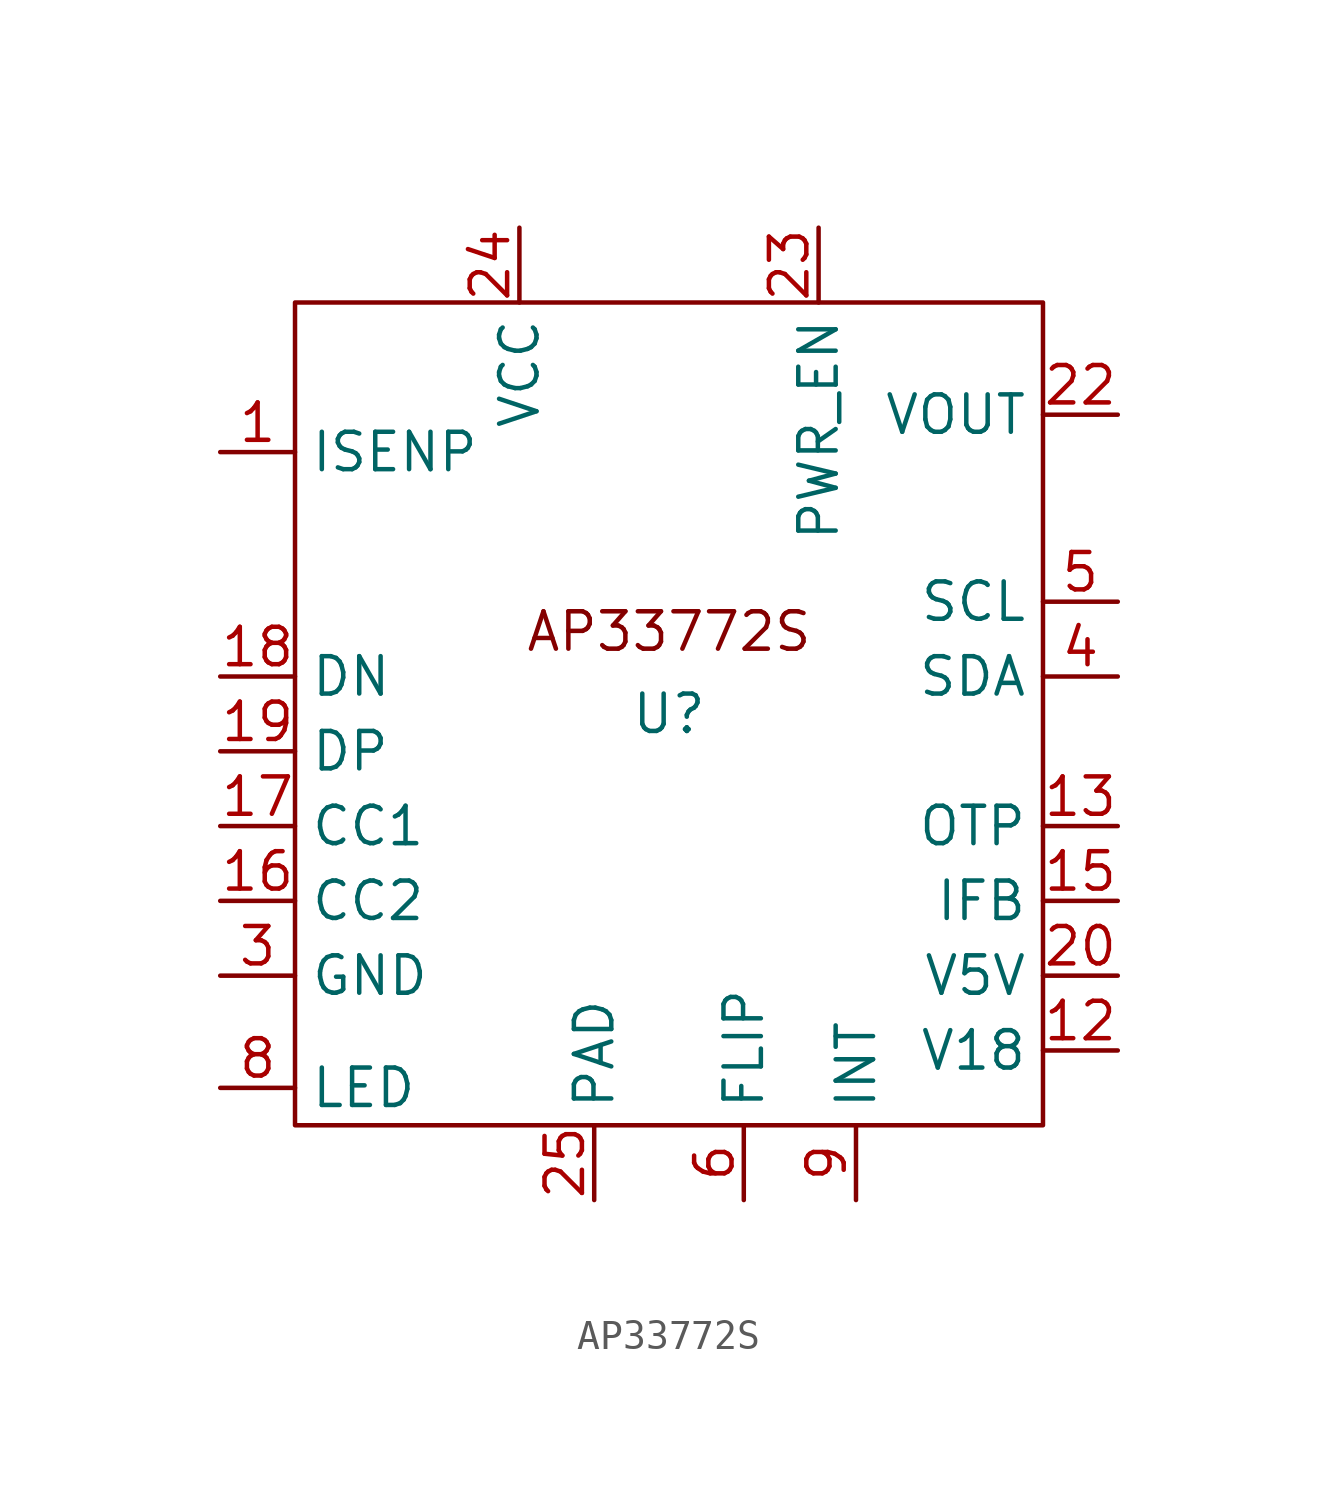
<source format=kicad_sym>
(kicad_symbol_lib
  (version 20241209)
  (generator "kicad_symbol_editor")
  (generator_version "9.0")
  (symbol "AP33772S"
    (property "Reference" "U"
      (at 0 0 0)
      (effects (font (size 1.27 1.27))))
    (property "Value" ""
      (at 0 0 0)
      (effects (font (size 1.27 1.27))))
    (symbol "AP33772S_0_1"
      (rectangle (start -12.7 13.97) (end 12.7 -13.97) (stroke (width 0) (type default)) (fill (type none))))
    (symbol "AP33772S_1_1"
      (text "AP33772S" (at 0 2.794 0) (effects (font (size 1.27 1.27))))
      (pin input line (at -15.24 8.89 0) (length 2.54) (name "ISENP" (effects (font (size 1.27 1.27)))) (number "1" (effects (font (size 1.27 1.27)))))
      (pin input line (at -15.24 1.27 0) (length 2.54) (name "DN" (effects (font (size 1.27 1.27)))) (number "18" (effects (font (size 1.27 1.27)))))
      (pin input line (at -15.24 -1.27 0) (length 2.54) (name "DP" (effects (font (size 1.27 1.27)))) (number "19" (effects (font (size 1.27 1.27)))))
      (pin output line (at -15.24 -3.81 0) (length 2.54) (name "CC1" (effects (font (size 1.27 1.27)))) (number "17" (effects (font (size 1.27 1.27)))))
      (pin output line (at -15.24 -6.35 0) (length 2.54) (name "CC2" (effects (font (size 1.27 1.27)))) (number "16" (effects (font (size 1.27 1.27)))))
      (pin power_in line (at -15.24 -8.89 0) (length 2.54) (name "GND" (effects (font (size 1.27 1.27)))) (number "3" (effects (font (size 1.27 1.27)))))
      (pin output line (at -15.24 -12.7 0) (length 2.54) (name "LED" (effects (font (size 1.27 1.27)))) (number "8" (effects (font (size 1.27 1.27)))))
      (pin power_in line (at -5.08 16.51 270) (length 2.54) (name "VCC" (effects (font (size 1.27 1.27)))) (number "24" (effects (font (size 1.27 1.27)))))
      (pin input line (at -2.54 -16.51 90) (length 2.54) (name "PAD" (effects (font (size 1.27 1.27)))) (number "25" (effects (font (size 1.27 1.27)))))
      (pin input line (at 2.54 -16.51 90) (length 2.54) (name "FLIP" (effects (font (size 1.27 1.27)))) (number "6" (effects (font (size 1.27 1.27)))))
      (pin input line (at 5.08 16.51 270) (length 2.54) (name "PWR_EN" (effects (font (size 1.27 1.27)))) (number "23" (effects (font (size 1.27 1.27)))))
      (pin output line (at 6.35 -16.51 90) (length 2.54) (name "INT" (effects (font (size 1.27 1.27)))) (number "9" (effects (font (size 1.27 1.27)))))
      (pin input line (at 15.24 10.16 180) (length 2.54) (name "VOUT" (effects (font (size 1.27 1.27)))) (number "22" (effects (font (size 1.27 1.27)))))
      (pin bidirectional line (at 15.24 3.81 180) (length 2.54) (name "SCL" (effects (font (size 1.27 1.27)))) (number "5" (effects (font (size 1.27 1.27)))))
      (pin bidirectional line (at 15.24 1.27 180) (length 2.54) (name "SDA" (effects (font (size 1.27 1.27)))) (number "4" (effects (font (size 1.27 1.27)))))
      (pin output line (at 15.24 -3.81 180) (length 2.54) (name "OTP" (effects (font (size 1.27 1.27)))) (number "13" (effects (font (size 1.27 1.27)))))
      (pin input line (at 15.24 -6.35 180) (length 2.54) (name "IFB" (effects (font (size 1.27 1.27)))) (number "15" (effects (font (size 1.27 1.27)))))
      (pin output line (at 15.24 -8.89 180) (length 2.54) (name "V5V" (effects (font (size 1.27 1.27)))) (number "20" (effects (font (size 1.27 1.27)))))
      (pin input line (at 15.24 -11.43 180) (length 2.54) (name "V18" (effects (font (size 1.27 1.27)))) (number "12" (effects (font (size 1.27 1.27))))))))
</source>
